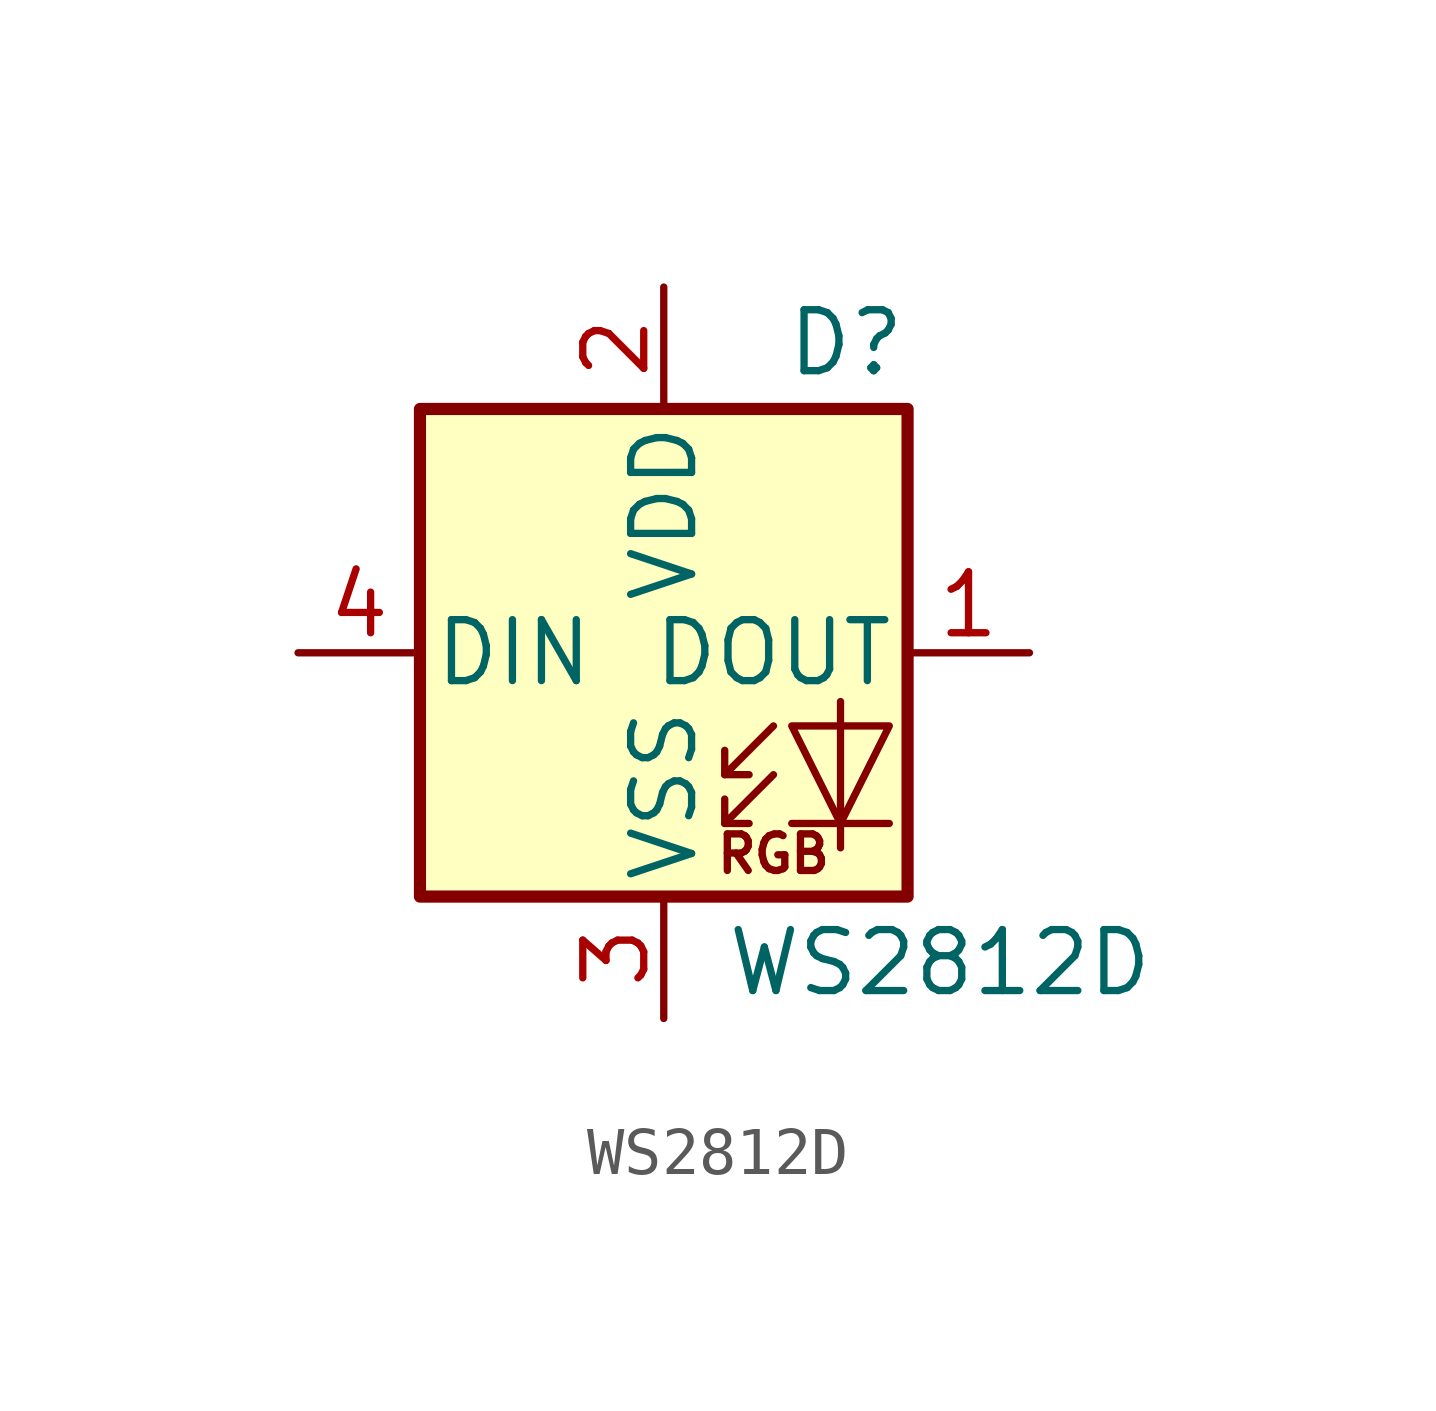
<source format=kicad_sym>
(kicad_symbol_lib
  (version 20211014)
  (generator kicad_symbol_editor)
  (symbol "WS2812D"
    (pin_names
      (offset 0.254))
    (property "Reference" "D"
      (at 5.08 5.715 0)
      (effects (font (size 1.27 1.27)) (justify right bottom)))
    (property "Value" "WS2812D"
      (at 1.27 -5.715 0)
      (effects (font (size 1.27 1.27)) (justify left top)))
    (symbol "WS2812D_0_0"
      (text "RGB" (at 2.286 -4.191 0) (effects (font (size 0.762 0.762)))))
    (symbol "WS2812D_0_1"
      (polyline (pts (xy 1.27 -3.556) (xy 1.778 -3.556)) (stroke (width 0) (type default) (color 0 0 0 0)) (fill (type none)))
      (polyline (pts (xy 1.27 -2.54) (xy 1.778 -2.54)) (stroke (width 0) (type default) (color 0 0 0 0)) (fill (type none)))
      (polyline (pts (xy 4.699 -3.556) (xy 2.667 -3.556)) (stroke (width 0) (type default) (color 0 0 0 0)) (fill (type none)))
      (polyline (pts (xy 2.286 -2.54) (xy 1.27 -3.556) (xy 1.27 -3.048)) (stroke (width 0) (type default) (color 0 0 0 0)) (fill (type none)))
      (polyline (pts (xy 2.286 -1.524) (xy 1.27 -2.54) (xy 1.27 -2.032)) (stroke (width 0) (type default) (color 0 0 0 0)) (fill (type none)))
      (polyline (pts (xy 3.683 -1.016) (xy 3.683 -3.556) (xy 3.683 -4.064)) (stroke (width 0) (type default) (color 0 0 0 0)) (fill (type none)))
      (polyline (pts (xy 4.699 -1.524) (xy 2.667 -1.524) (xy 3.683 -3.556) (xy 4.699 -1.524)) (stroke (width 0) (type default) (color 0 0 0 0)) (fill (type none)))
      (rectangle (start 5.08 5.08) (end -5.08 -5.08) (stroke (width 0.254) (type default) (color 0 0 0 0)) (fill (type background))))
    (symbol "WS2812D_1_1"
      (pin output line (at 7.62 0 180) (length 2.54) (name "DOUT" (effects (font (size 1.27 1.27)))) (number "1" (effects (font (size 1.27 1.27)))))
      (pin power_in line (at 0 7.62 270) (length 2.54) (name "VDD" (effects (font (size 1.27 1.27)))) (number "2" (effects (font (size 1.27 1.27)))))
      (pin power_in line (at 0 -7.62 90) (length 2.54) (name "VSS" (effects (font (size 1.27 1.27)))) (number "3" (effects (font (size 1.27 1.27)))))
      (pin input line (at -7.62 0 0) (length 2.54) (name "DIN" (effects (font (size 1.27 1.27)))) (number "4" (effects (font (size 1.27 1.27))))))))
</source>
